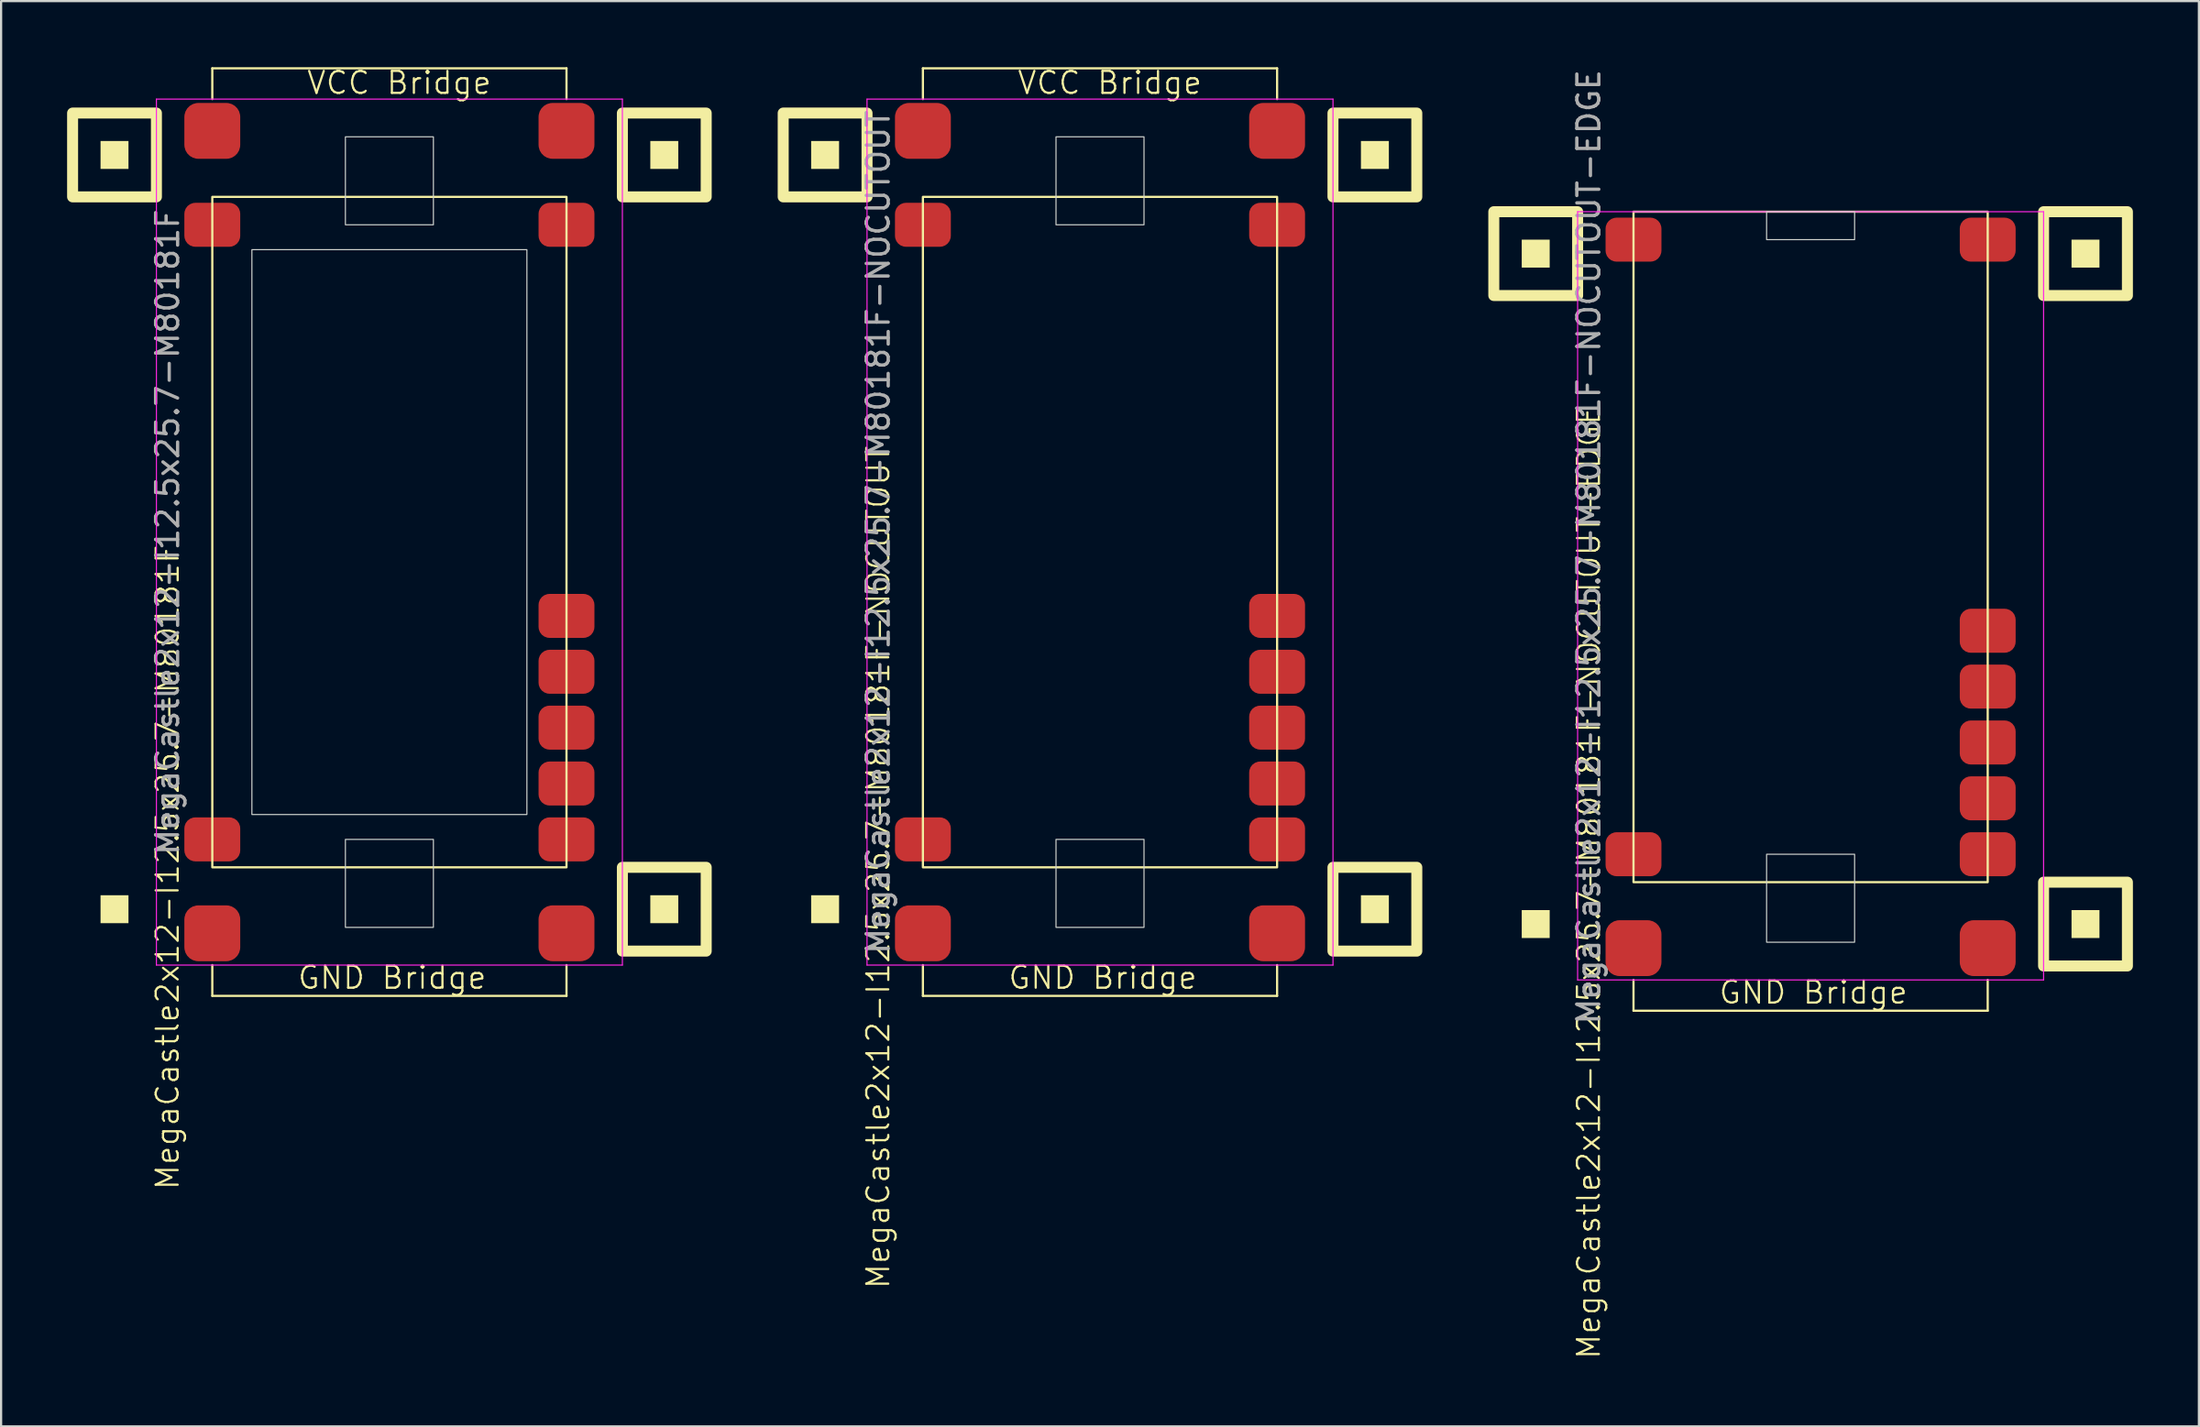
<source format=kicad_pcb>
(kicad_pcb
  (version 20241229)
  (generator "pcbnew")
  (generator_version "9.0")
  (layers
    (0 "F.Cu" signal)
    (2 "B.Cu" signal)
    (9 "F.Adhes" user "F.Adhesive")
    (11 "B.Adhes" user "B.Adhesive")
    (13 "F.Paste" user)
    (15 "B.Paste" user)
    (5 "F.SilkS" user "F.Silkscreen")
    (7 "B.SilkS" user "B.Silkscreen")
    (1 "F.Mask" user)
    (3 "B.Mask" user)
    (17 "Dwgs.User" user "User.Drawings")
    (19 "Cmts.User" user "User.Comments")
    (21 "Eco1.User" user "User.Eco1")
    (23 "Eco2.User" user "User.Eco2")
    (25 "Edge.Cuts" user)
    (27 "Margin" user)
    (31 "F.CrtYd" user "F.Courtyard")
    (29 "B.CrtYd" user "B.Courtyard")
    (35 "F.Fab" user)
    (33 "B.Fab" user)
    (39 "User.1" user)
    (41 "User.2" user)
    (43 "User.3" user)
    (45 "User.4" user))
  (footprint "MegaCastle2x12-I12.5x25.7-M80181F-NOCUTOUT"
    (layer "F.Cu")
    (at 46.95 21.14)
    (property "Reference" "MegaCastle2x12-I12.5x25.7-M80181F-NOCUTOUT" (at -10.082 15.24 90) (unlocked yes) (layer "F.SilkS") (effects (font (size 1 1) (thickness 0.1))))
    (attr smd)
    (fp_line (start -8.05 -21.085) (end 8.05 -21.085) (stroke (width 0.1) (type default)) (layer "F.SilkS"))
    (fp_line (start -8.05 -19.685) (end -8.05 -21.085) (stroke (width 0.1) (type default)) (layer "F.SilkS"))
    (fp_line (start -8.05 19.685) (end -8.05 21.085) (stroke (width 0.1) (type default)) (layer "F.SilkS"))
    (fp_line (start -8.05 21.085) (end 8.05 21.085) (stroke (width 0.1) (type default)) (layer "F.SilkS"))
    (fp_line (start 8.05 -19.685) (end 8.05 -21.085) (stroke (width 0.1) (type default)) (layer "F.SilkS"))
    (fp_line (start 8.05 19.685) (end 8.05 21.085) (stroke (width 0.1) (type default)) (layer "F.SilkS"))
    (fp_rect (start -11.86 -16.51) (end -13.13 -17.78) (stroke (width 0) (type solid)) (fill yes) (layer "F.SilkS"))
    (fp_rect (start -11.86 17.78) (end -13.13 16.51) (stroke (width 0) (type solid)) (fill yes) (layer "F.SilkS"))
    (fp_rect (start -10.59 -15.24) (end -14.4 -19.05) (stroke (width 0.5) (type default)) (fill no) (layer "F.SilkS"))
    (fp_rect (start -8.05 -15.24) (end 8.05 15.24) (stroke (width 0.1) (type default)) (fill no) (layer "F.SilkS"))
    (fp_rect (start 13.13 -16.51) (end 11.86 -17.78) (stroke (width 0) (type solid)) (fill yes) (layer "F.SilkS"))
    (fp_rect (start 13.13 17.78) (end 11.86 16.51) (stroke (width 0) (type solid)) (fill yes) (layer "F.SilkS"))
    (fp_rect (start 14.4 -15.24) (end 10.59 -19.05) (stroke (width 0.5) (type default)) (fill no) (layer "F.SilkS"))
    (fp_rect (start 14.4 19.05) (end 10.59 15.24) (stroke (width 0.5) (type default)) (fill no) (layer "F.SilkS"))
    (fp_rect (start -2 -13.97) (end 2 -17.97) (stroke (width 0.05) (type default)) (fill no) (layer "Edge.Cuts"))
    (fp_rect (start -2 13.97) (end 2 17.97) (stroke (width 0.05) (type default)) (fill no) (layer "Edge.Cuts"))
    (fp_line (start -10.59 -19.685) (end -10.59 19.685) (stroke (width 0.05) (type default)) (layer "F.CrtYd"))
    (fp_line (start -10.59 19.685) (end 10.59 19.685) (stroke (width 0.05) (type default)) (layer "F.CrtYd"))
    (fp_line (start 10.59 -19.685) (end -10.59 -19.685) (stroke (width 0.05) (type default)) (layer "F.CrtYd"))
    (fp_line (start 10.59 -19.685) (end 10.59 19.685) (stroke (width 0.05) (type default)) (layer "F.CrtYd"))
    (fp_text user "VCC Bridge" (at -3.81 -19.84 0) (unlocked yes) (layer "F.SilkS") (effects (font (size 1 1) (thickness 0.1)) (justify left bottom)))
    (fp_text user "GND Bridge" (at -4.226 20.84 0) (unlocked yes) (layer "F.SilkS") (effects (font (size 1 1) (thickness 0.1)) (justify left bottom)))
    (fp_text user "${REFERENCE}" (at -10.082 0 90) (unlocked yes) (layer "F.Fab") (effects (font (size 1 1) (thickness 0.15))))
    (pad "1" smd roundrect (at -8.05 -13.97) (size 2.54 2) (layers "F.Cu" "F.Mask" "F.Paste") (roundrect_rratio 0.25))
    (pad "12" smd roundrect (at -8.05 13.97) (size 2.54 2) (layers "F.Cu" "F.Mask" "F.Paste") (roundrect_rratio 0.25))
    (pad "13" smd roundrect (at 8.05 -13.97) (size 2.54 2) (layers "F.Cu" "F.Mask" "F.Paste") (roundrect_rratio 0.25))
    (pad "20" smd roundrect (at 8.05 3.81) (size 2.54 2) (layers "F.Cu" "F.Mask" "F.Paste") (roundrect_rratio 0.25))
    (pad "21" smd roundrect (at 8.05 6.35) (size 2.54 2) (layers "F.Cu" "F.Mask" "F.Paste") (roundrect_rratio 0.25))
    (pad "22" smd roundrect (at 8.05 8.89) (size 2.54 2) (layers "F.Cu" "F.Mask" "F.Paste") (roundrect_rratio 0.25))
    (pad "23" smd roundrect (at 8.05 11.43) (size 2.54 2) (layers "F.Cu" "F.Mask" "F.Paste") (roundrect_rratio 0.25))
    (pad "24" smd roundrect (at 8.05 13.97) (size 2.54 2) (layers "F.Cu" "F.Mask" "F.Paste") (roundrect_rratio 0.25))
    (pad "A1" smd roundrect (at -8.05 -18.24) (size 2.54 2.54) (layers "F.Cu" "F.Mask" "F.Paste") (roundrect_rratio 0.25))
    (pad "A2" smd roundrect (at 8.05 -18.24) (size 2.54 2.54) (layers "F.Cu" "F.Mask" "F.Paste") (roundrect_rratio 0.25))
    (pad "B1" smd roundrect (at -8.05 18.24) (size 2.54 2.54) (layers "F.Cu" "F.Mask" "F.Paste") (roundrect_rratio 0.25))
    (pad "B2" smd roundrect (at 8.05 18.24) (size 2.54 2.54) (layers "F.Cu" "F.Mask" "F.Paste") (roundrect_rratio 0.25)))
  (footprint "MegaCastle2x12-I12.5x25.7-M80181F-NOCUTOUT-EDGE"
    (layer "F.Cu")
    (at 79.25 21.815)
    (property "Reference" "MegaCastle2x12-I12.5x25.7-M80181F-NOCUTOUT-EDGE" (at -10.082 15.24 90) (unlocked yes) (layer "F.SilkS") (effects (font (size 1 1) (thickness 0.1))))
    (attr smd)
    (fp_line (start -8.05 19.685) (end -8.05 21.085) (stroke (width 0.1) (type default)) (layer "F.SilkS"))
    (fp_line (start -8.05 21.085) (end 8.05 21.085) (stroke (width 0.1) (type default)) (layer "F.SilkS"))
    (fp_line (start 8.05 19.685) (end 8.05 21.085) (stroke (width 0.1) (type default)) (layer "F.SilkS"))
    (fp_rect (start -11.86 -12.7) (end -13.13 -13.97) (stroke (width 0) (type solid)) (fill yes) (layer "F.SilkS"))
    (fp_rect (start -11.86 17.78) (end -13.13 16.51) (stroke (width 0) (type solid)) (fill yes) (layer "F.SilkS"))
    (fp_rect (start -10.59 -11.43) (end -14.4 -15.24) (stroke (width 0.5) (type default)) (fill no) (layer "F.SilkS"))
    (fp_rect (start -8.05 -15.24) (end 8.05 15.24) (stroke (width 0.1) (type default)) (fill no) (layer "F.SilkS"))
    (fp_rect (start 13.13 -12.7) (end 11.86 -13.97) (stroke (width 0) (type solid)) (fill yes) (layer "F.SilkS"))
    (fp_rect (start 13.13 17.78) (end 11.86 16.51) (stroke (width 0) (type solid)) (fill yes) (layer "F.SilkS"))
    (fp_rect (start 14.4 -11.43) (end 10.59 -15.24) (stroke (width 0.5) (type default)) (fill no) (layer "F.SilkS"))
    (fp_rect (start 14.4 19.05) (end 10.59 15.24) (stroke (width 0.5) (type default)) (fill no) (layer "F.SilkS"))
    (fp_rect (start -2 -13.97) (end 2 -15.24) (stroke (width 0.05) (type default)) (fill no) (layer "Edge.Cuts"))
    (fp_rect (start -2 13.97) (end 2 17.97) (stroke (width 0.05) (type default)) (fill no) (layer "Edge.Cuts"))
    (fp_line (start -10.59 -15.24) (end -10.59 19.685) (stroke (width 0.05) (type default)) (layer "F.CrtYd"))
    (fp_line (start -10.59 19.685) (end 10.59 19.685) (stroke (width 0.05) (type default)) (layer "F.CrtYd"))
    (fp_line (start 10.59 -15.24) (end -10.59 -15.24) (stroke (width 0.05) (type default)) (layer "F.CrtYd"))
    (fp_line (start 10.59 -15.24) (end 10.59 19.685) (stroke (width 0.05) (type default)) (layer "F.CrtYd"))
    (fp_text user "GND Bridge" (at -4.226 20.84 0) (unlocked yes) (layer "F.SilkS") (effects (font (size 1 1) (thickness 0.1)) (justify left bottom)))
    (fp_text user "${REFERENCE}" (at -10.082 0 90) (unlocked yes) (layer "F.Fab") (effects (font (size 1 1) (thickness 0.15))))
    (pad "1" smd roundrect (at -8.05 -13.97) (size 2.54 2) (layers "F.Cu" "F.Mask" "F.Paste") (roundrect_rratio 0.25))
    (pad "12" smd roundrect (at -8.05 13.97) (size 2.54 2) (layers "F.Cu" "F.Mask" "F.Paste") (roundrect_rratio 0.25))
    (pad "13" smd roundrect (at 8.05 -13.97) (size 2.54 2) (layers "F.Cu" "F.Mask" "F.Paste") (roundrect_rratio 0.25))
    (pad "20" smd roundrect (at 8.05 3.81) (size 2.54 2) (layers "F.Cu" "F.Mask" "F.Paste") (roundrect_rratio 0.25))
    (pad "21" smd roundrect (at 8.05 6.35) (size 2.54 2) (layers "F.Cu" "F.Mask" "F.Paste") (roundrect_rratio 0.25))
    (pad "22" smd roundrect (at 8.05 8.89) (size 2.54 2) (layers "F.Cu" "F.Mask" "F.Paste") (roundrect_rratio 0.25))
    (pad "23" smd roundrect (at 8.05 11.43) (size 2.54 2) (layers "F.Cu" "F.Mask" "F.Paste") (roundrect_rratio 0.25))
    (pad "24" smd roundrect (at 8.05 13.97) (size 2.54 2) (layers "F.Cu" "F.Mask" "F.Paste") (roundrect_rratio 0.25))
    (pad "B1" smd roundrect (at -8.05 18.24) (size 2.54 2.54) (layers "F.Cu" "F.Mask" "F.Paste") (roundrect_rratio 0.25))
    (pad "B2" smd roundrect (at 8.05 18.24) (size 2.54 2.54) (layers "F.Cu" "F.Mask" "F.Paste") (roundrect_rratio 0.25)))
  (footprint "MegaCastle2x12-I12.5x25.7-M80181F"
    (layer "F.Cu")
    (at 14.65 21.14)
    (property "Reference" "MegaCastle2x12-I12.5x25.7-M80181F" (at -10.082 15.24 90) (unlocked yes) (layer "F.SilkS") (effects (font (size 1 1) (thickness 0.1))))
    (attr smd)
    (fp_line (start -8.05 -21.085) (end 8.05 -21.085) (stroke (width 0.1) (type default)) (layer "F.SilkS"))
    (fp_line (start -8.05 -19.685) (end -8.05 -21.085) (stroke (width 0.1) (type default)) (layer "F.SilkS"))
    (fp_line (start -8.05 19.685) (end -8.05 21.085) (stroke (width 0.1) (type default)) (layer "F.SilkS"))
    (fp_line (start -8.05 21.085) (end 8.05 21.085) (stroke (width 0.1) (type default)) (layer "F.SilkS"))
    (fp_line (start 8.05 -19.685) (end 8.05 -21.085) (stroke (width 0.1) (type default)) (layer "F.SilkS"))
    (fp_line (start 8.05 19.685) (end 8.05 21.085) (stroke (width 0.1) (type default)) (layer "F.SilkS"))
    (fp_rect (start -11.86 -16.51) (end -13.13 -17.78) (stroke (width 0) (type solid)) (fill yes) (layer "F.SilkS"))
    (fp_rect (start -11.86 17.78) (end -13.13 16.51) (stroke (width 0) (type solid)) (fill yes) (layer "F.SilkS"))
    (fp_rect (start -10.59 -15.24) (end -14.4 -19.05) (stroke (width 0.5) (type default)) (fill no) (layer "F.SilkS"))
    (fp_rect (start -8.05 -15.24) (end 8.05 15.24) (stroke (width 0.1) (type default)) (fill no) (layer "F.SilkS"))
    (fp_rect (start 13.13 -16.51) (end 11.86 -17.78) (stroke (width 0) (type solid)) (fill yes) (layer "F.SilkS"))
    (fp_rect (start 13.13 17.78) (end 11.86 16.51) (stroke (width 0) (type solid)) (fill yes) (layer "F.SilkS"))
    (fp_rect (start 14.4 -15.24) (end 10.59 -19.05) (stroke (width 0.5) (type default)) (fill no) (layer "F.SilkS"))
    (fp_rect (start 14.4 19.05) (end 10.59 15.24) (stroke (width 0.5) (type default)) (fill no) (layer "F.SilkS"))
    (fp_rect (start -6.25 -12.84) (end 6.25 12.84) (stroke (width 0.05) (type default)) (fill no) (layer "Edge.Cuts"))
    (fp_rect (start -2 -13.97) (end 2 -17.97) (stroke (width 0.05) (type default)) (fill no) (layer "Edge.Cuts"))
    (fp_rect (start -2 13.97) (end 2 17.97) (stroke (width 0.05) (type default)) (fill no) (layer "Edge.Cuts"))
    (fp_line (start -10.59 -19.685) (end -10.59 19.685) (stroke (width 0.05) (type default)) (layer "F.CrtYd"))
    (fp_line (start -10.59 19.685) (end 10.59 19.685) (stroke (width 0.05) (type default)) (layer "F.CrtYd"))
    (fp_line (start 10.59 -19.685) (end -10.59 -19.685) (stroke (width 0.05) (type default)) (layer "F.CrtYd"))
    (fp_line (start 10.59 -19.685) (end 10.59 19.685) (stroke (width 0.05) (type default)) (layer "F.CrtYd"))
    (fp_text user "GND Bridge" (at -4.226 20.84 0) (unlocked yes) (layer "F.SilkS") (effects (font (size 1 1) (thickness 0.1)) (justify left bottom)))
    (fp_text user "VCC Bridge" (at -3.81 -19.84 0) (unlocked yes) (layer "F.SilkS") (effects (font (size 1 1) (thickness 0.1)) (justify left bottom)))
    (fp_text user "${REFERENCE}" (at -10.082 0 90) (unlocked yes) (layer "F.Fab") (effects (font (size 1 1) (thickness 0.15))))
    (pad "1" smd roundrect (at -8.05 -13.97) (size 2.54 2) (layers "F.Cu" "F.Mask" "F.Paste") (roundrect_rratio 0.25))
    (pad "12" smd roundrect (at -8.05 13.97) (size 2.54 2) (layers "F.Cu" "F.Mask" "F.Paste") (roundrect_rratio 0.25))
    (pad "13" smd roundrect (at 8.05 -13.97) (size 2.54 2) (layers "F.Cu" "F.Mask" "F.Paste") (roundrect_rratio 0.25))
    (pad "20" smd roundrect (at 8.05 3.81) (size 2.54 2) (layers "F.Cu" "F.Mask" "F.Paste") (roundrect_rratio 0.25))
    (pad "21" smd roundrect (at 8.05 6.35) (size 2.54 2) (layers "F.Cu" "F.Mask" "F.Paste") (roundrect_rratio 0.25))
    (pad "22" smd roundrect (at 8.05 8.89) (size 2.54 2) (layers "F.Cu" "F.Mask" "F.Paste") (roundrect_rratio 0.25))
    (pad "23" smd roundrect (at 8.05 11.43) (size 2.54 2) (layers "F.Cu" "F.Mask" "F.Paste") (roundrect_rratio 0.25))
    (pad "24" smd roundrect (at 8.05 13.97) (size 2.54 2) (layers "F.Cu" "F.Mask" "F.Paste") (roundrect_rratio 0.25))
    (pad "A1" smd roundrect (at -8.05 -18.24) (size 2.54 2.54) (layers "F.Cu" "F.Mask" "F.Paste") (roundrect_rratio 0.25))
    (pad "A2" smd roundrect (at 8.05 -18.24) (size 2.54 2.54) (layers "F.Cu" "F.Mask" "F.Paste") (roundrect_rratio 0.25))
    (pad "B1" smd roundrect (at -8.05 18.24) (size 2.54 2.54) (layers "F.Cu" "F.Mask" "F.Paste") (roundrect_rratio 0.25))
    (pad "B2" smd roundrect (at 8.05 18.24) (size 2.54 2.54) (layers "F.Cu" "F.Mask" "F.Paste") (roundrect_rratio 0.25)))
  (gr_rect
    (start -3 -3)
    (end 96.9 61.796)
    (stroke (width 0.1) (type default))
    (fill no)
    (layer "Edge.Cuts")))
</source>
